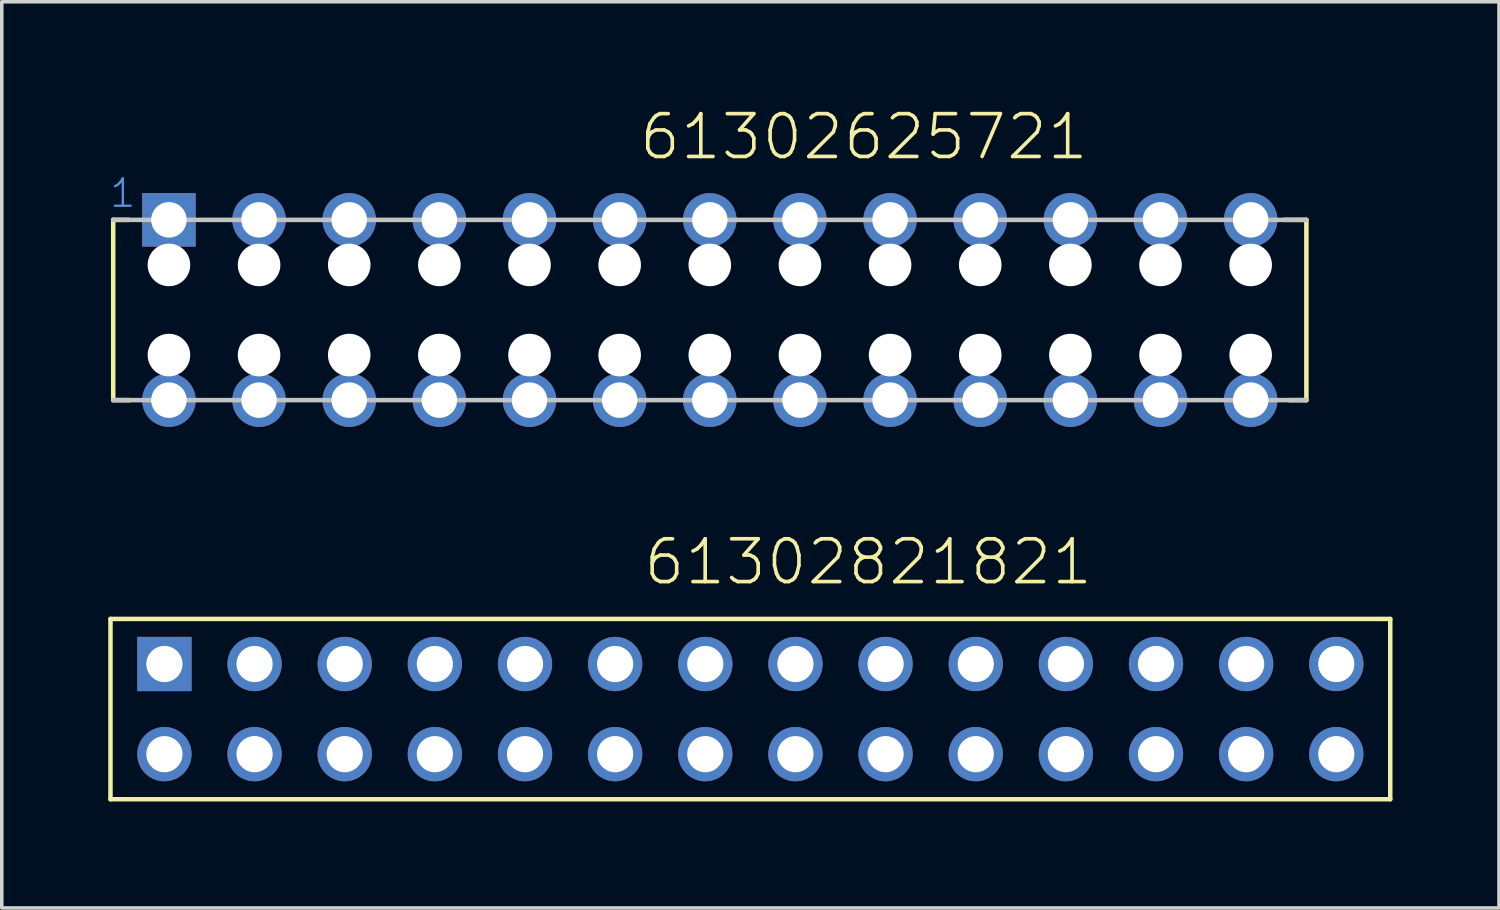
<source format=kicad_pcb>
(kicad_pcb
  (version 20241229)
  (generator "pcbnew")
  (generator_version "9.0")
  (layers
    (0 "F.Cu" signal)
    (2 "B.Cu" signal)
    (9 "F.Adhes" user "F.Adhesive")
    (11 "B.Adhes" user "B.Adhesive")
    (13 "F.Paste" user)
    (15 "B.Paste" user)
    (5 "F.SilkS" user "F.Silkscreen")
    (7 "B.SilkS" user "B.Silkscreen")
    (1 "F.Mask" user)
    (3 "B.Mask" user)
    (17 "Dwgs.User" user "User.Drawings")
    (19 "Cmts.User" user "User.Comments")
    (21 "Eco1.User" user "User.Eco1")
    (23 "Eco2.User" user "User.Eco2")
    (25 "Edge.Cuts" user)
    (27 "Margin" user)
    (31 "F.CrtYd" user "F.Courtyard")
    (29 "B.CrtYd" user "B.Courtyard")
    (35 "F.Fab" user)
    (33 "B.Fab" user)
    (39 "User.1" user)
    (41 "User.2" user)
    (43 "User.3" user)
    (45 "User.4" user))
  (footprint "61302821821"
    (layer "F.Cu")
    (at 18.093 16.93)
    (property "Reference" "61302821821" (at -3.063 -3.44 0) (layer "F.SilkS") (effects (font (size 1.206 1.206) (thickness 0.102)) (justify left bottom)))
    (attr through_hole)
    (fp_line (start -18.03 -2.54) (end -18.03 2.54) (stroke (width 0.127) (type solid)) (layer "F.SilkS"))
    (fp_line (start -18.03 2.54) (end 18.03 2.54) (stroke (width 0.127) (type solid)) (layer "F.SilkS"))
    (fp_line (start 18.03 -2.54) (end -18.03 -2.54) (stroke (width 0.127) (type solid)) (layer "F.SilkS"))
    (fp_line (start 18.03 2.54) (end 18.03 -2.54) (stroke (width 0.127) (type solid)) (layer "F.SilkS"))
    (fp_text user "1" (at -16.74 -1 0) (layer "Cmts.User") (effects (font (size 0.579 0.579) (thickness 0.049)) (justify left bottom)))
    (pad "1" thru_hole rect (at -16.51 -1.27) (size 1.53 1.53) (drill 1.02) (layers "*.Cu" "*.Mask"))
    (pad "2" thru_hole circle (at -13.97 -1.27) (size 1.53 1.53) (drill 1.02) (layers "*.Cu" "*.Mask"))
    (pad "3" thru_hole circle (at -11.43 -1.27) (size 1.53 1.53) (drill 1.02) (layers "*.Cu" "*.Mask"))
    (pad "4" thru_hole circle (at -8.89 -1.27) (size 1.53 1.53) (drill 1.02) (layers "*.Cu" "*.Mask"))
    (pad "5" thru_hole circle (at -6.35 -1.27) (size 1.53 1.53) (drill 1.02) (layers "*.Cu" "*.Mask"))
    (pad "6" thru_hole circle (at -3.81 -1.27) (size 1.53 1.53) (drill 1.02) (layers "*.Cu" "*.Mask"))
    (pad "7" thru_hole circle (at -1.27 -1.27) (size 1.53 1.53) (drill 1.02) (layers "*.Cu" "*.Mask"))
    (pad "8" thru_hole circle (at 1.27 -1.27) (size 1.53 1.53) (drill 1.02) (layers "*.Cu" "*.Mask"))
    (pad "9" thru_hole circle (at 3.81 -1.27) (size 1.53 1.53) (drill 1.02) (layers "*.Cu" "*.Mask"))
    (pad "10" thru_hole circle (at 6.35 -1.27) (size 1.53 1.53) (drill 1.02) (layers "*.Cu" "*.Mask"))
    (pad "11" thru_hole circle (at 8.89 -1.27) (size 1.53 1.53) (drill 1.02) (layers "*.Cu" "*.Mask"))
    (pad "12" thru_hole circle (at 11.43 -1.27) (size 1.53 1.53) (drill 1.02) (layers "*.Cu" "*.Mask"))
    (pad "13" thru_hole circle (at 13.97 -1.27) (size 1.53 1.53) (drill 1.02) (layers "*.Cu" "*.Mask"))
    (pad "14" thru_hole circle (at 16.51 -1.27) (size 1.53 1.53) (drill 1.02) (layers "*.Cu" "*.Mask"))
    (pad "15" thru_hole circle (at 16.51 1.27) (size 1.53 1.53) (drill 1.02) (layers "*.Cu" "*.Mask"))
    (pad "16" thru_hole circle (at 13.97 1.27) (size 1.53 1.53) (drill 1.02) (layers "*.Cu" "*.Mask"))
    (pad "17" thru_hole circle (at 11.43 1.27) (size 1.53 1.53) (drill 1.02) (layers "*.Cu" "*.Mask"))
    (pad "18" thru_hole circle (at 8.89 1.27) (size 1.53 1.53) (drill 1.02) (layers "*.Cu" "*.Mask"))
    (pad "19" thru_hole circle (at 6.35 1.27) (size 1.53 1.53) (drill 1.02) (layers "*.Cu" "*.Mask"))
    (pad "20" thru_hole circle (at 3.81 1.27) (size 1.53 1.53) (drill 1.02) (layers "*.Cu" "*.Mask"))
    (pad "21" thru_hole circle (at 1.27 1.27) (size 1.53 1.53) (drill 1.02) (layers "*.Cu" "*.Mask"))
    (pad "22" thru_hole circle (at -1.27 1.27) (size 1.53 1.53) (drill 1.02) (layers "*.Cu" "*.Mask"))
    (pad "23" thru_hole circle (at -3.81 1.27) (size 1.53 1.53) (drill 1.02) (layers "*.Cu" "*.Mask"))
    (pad "24" thru_hole circle (at -6.35 1.27) (size 1.53 1.53) (drill 1.02) (layers "*.Cu" "*.Mask"))
    (pad "25" thru_hole circle (at -8.89 1.27) (size 1.53 1.53) (drill 1.02) (layers "*.Cu" "*.Mask"))
    (pad "26" thru_hole circle (at -11.43 1.27) (size 1.53 1.53) (drill 1.02) (layers "*.Cu" "*.Mask"))
    (pad "27" thru_hole circle (at -13.97 1.27) (size 1.53 1.53) (drill 1.02) (layers "*.Cu" "*.Mask"))
    (pad "28" thru_hole circle (at -16.51 1.27) (size 1.53 1.53) (drill 1.02) (layers "*.Cu" "*.Mask")))
  (footprint "61302625721"
    (layer "F.Cu")
    (at 16.95 5.685)
    (property "Reference" "61302625721" (at -2.043 -4.174 0) (layer "F.SilkS") (effects (font (size 1.206 1.206) (thickness 0.102)) (justify left bottom)))
    (attr through_hole)
    (fp_line (start -16.81 2.54) (end -16.81 -2.54) (stroke (width 0.127) (type solid)) (layer "F.SilkS"))
    (fp_line (start -16.37 -2.54) (end -16.81 -2.54) (stroke (width 0.127) (type solid)) (layer "F.SilkS"))
    (fp_line (start -16.35 2.54) (end -16.81 2.54) (stroke (width 0.127) (type solid)) (layer "F.SilkS"))
    (fp_line (start 16.18 -2.54) (end 16.81 -2.54) (stroke (width 0.127) (type solid)) (layer "F.SilkS"))
    (fp_line (start 16.33 2.54) (end 16.81 2.54) (stroke (width 0.127) (type solid)) (layer "F.SilkS"))
    (fp_line (start 16.81 -2.54) (end 16.81 2.54) (stroke (width 0.127) (type solid)) (layer "F.SilkS"))
    (fp_line (start -16.81 -2.54) (end 16.81 -2.54) (stroke (width 0.127) (type solid)) (layer "Dwgs.User"))
    (fp_line (start 16.81 2.54) (end -16.81 2.54) (stroke (width 0.127) (type solid)) (layer "Dwgs.User"))
    (fp_text user "1" (at -16.95 -2.84 0) (layer "Cmts.User") (effects (font (size 0.772 0.772) (thickness 0.065)) (justify left bottom)))
    (pad "" np_thru_hole circle (at -15.24 -1.27) (size 1.2 1.2) (drill 1.2) (layers "*.Cu"))
    (pad "" np_thru_hole circle (at -15.24 1.27) (size 1.2 1.2) (drill 1.2) (layers "*.Cu"))
    (pad "" np_thru_hole circle (at -12.7 -1.27) (size 1.2 1.2) (drill 1.2) (layers "*.Cu"))
    (pad "" np_thru_hole circle (at -12.7 1.27) (size 1.2 1.2) (drill 1.2) (layers "*.Cu"))
    (pad "" np_thru_hole circle (at -10.16 -1.27) (size 1.2 1.2) (drill 1.2) (layers "*.Cu"))
    (pad "" np_thru_hole circle (at -10.16 1.27) (size 1.2 1.2) (drill 1.2) (layers "*.Cu"))
    (pad "" np_thru_hole circle (at -7.62 -1.27) (size 1.2 1.2) (drill 1.2) (layers "*.Cu"))
    (pad "" np_thru_hole circle (at -7.62 1.27) (size 1.2 1.2) (drill 1.2) (layers "*.Cu"))
    (pad "" np_thru_hole circle (at -5.08 -1.27) (size 1.2 1.2) (drill 1.2) (layers "*.Cu"))
    (pad "" np_thru_hole circle (at -5.08 1.27) (size 1.2 1.2) (drill 1.2) (layers "*.Cu"))
    (pad "" np_thru_hole circle (at -2.54 -1.27) (size 1.2 1.2) (drill 1.2) (layers "*.Cu"))
    (pad "" np_thru_hole circle (at -2.54 1.27) (size 1.2 1.2) (drill 1.2) (layers "*.Cu"))
    (pad "" np_thru_hole circle (at 0 -1.27) (size 1.2 1.2) (drill 1.2) (layers "*.Cu"))
    (pad "" np_thru_hole circle (at 0 1.27) (size 1.2 1.2) (drill 1.2) (layers "*.Cu"))
    (pad "" np_thru_hole circle (at 2.54 -1.27) (size 1.2 1.2) (drill 1.2) (layers "*.Cu"))
    (pad "" np_thru_hole circle (at 2.54 1.27) (size 1.2 1.2) (drill 1.2) (layers "*.Cu"))
    (pad "" np_thru_hole circle (at 5.08 -1.27) (size 1.2 1.2) (drill 1.2) (layers "*.Cu"))
    (pad "" np_thru_hole circle (at 5.08 1.27) (size 1.2 1.2) (drill 1.2) (layers "*.Cu"))
    (pad "" np_thru_hole circle (at 7.62 -1.27) (size 1.2 1.2) (drill 1.2) (layers "*.Cu"))
    (pad "" np_thru_hole circle (at 7.62 1.27) (size 1.2 1.2) (drill 1.2) (layers "*.Cu"))
    (pad "" np_thru_hole circle (at 10.16 -1.27) (size 1.2 1.2) (drill 1.2) (layers "*.Cu"))
    (pad "" np_thru_hole circle (at 10.16 1.27) (size 1.2 1.2) (drill 1.2) (layers "*.Cu"))
    (pad "" np_thru_hole circle (at 12.7 -1.27) (size 1.2 1.2) (drill 1.2) (layers "*.Cu"))
    (pad "" np_thru_hole circle (at 12.7 1.27) (size 1.2 1.2) (drill 1.2) (layers "*.Cu"))
    (pad "" np_thru_hole circle (at 15.24 -1.27) (size 1.2 1.2) (drill 1.2) (layers "*.Cu"))
    (pad "" np_thru_hole circle (at 15.24 1.27) (size 1.2 1.2) (drill 1.2) (layers "*.Cu"))
    (pad "1" thru_hole rect (at -15.24 -2.54) (size 1.508 1.508) (drill 1) (layers "*.Cu" "*.Mask"))
    (pad "2" thru_hole circle (at -12.7 -2.54) (size 1.508 1.508) (drill 1) (layers "*.Cu" "*.Mask"))
    (pad "3" thru_hole circle (at -10.16 -2.54) (size 1.508 1.508) (drill 1) (layers "*.Cu" "*.Mask"))
    (pad "4" thru_hole circle (at -7.62 -2.54) (size 1.508 1.508) (drill 1) (layers "*.Cu" "*.Mask"))
    (pad "5" thru_hole circle (at -5.08 -2.54) (size 1.508 1.508) (drill 1) (layers "*.Cu" "*.Mask"))
    (pad "6" thru_hole circle (at -2.54 -2.54) (size 1.508 1.508) (drill 1) (layers "*.Cu" "*.Mask"))
    (pad "7" thru_hole circle (at 0 -2.54) (size 1.508 1.508) (drill 1) (layers "*.Cu" "*.Mask"))
    (pad "8" thru_hole circle (at 2.54 -2.54) (size 1.508 1.508) (drill 1) (layers "*.Cu" "*.Mask"))
    (pad "9" thru_hole circle (at 5.08 -2.54) (size 1.508 1.508) (drill 1) (layers "*.Cu" "*.Mask"))
    (pad "10" thru_hole circle (at 7.62 -2.54) (size 1.508 1.508) (drill 1) (layers "*.Cu" "*.Mask"))
    (pad "11" thru_hole circle (at 10.16 -2.54) (size 1.508 1.508) (drill 1) (layers "*.Cu" "*.Mask"))
    (pad "12" thru_hole circle (at 12.7 -2.54) (size 1.508 1.508) (drill 1) (layers "*.Cu" "*.Mask"))
    (pad "13" thru_hole circle (at 15.24 -2.54) (size 1.508 1.508) (drill 1) (layers "*.Cu" "*.Mask"))
    (pad "14" thru_hole circle (at 15.24 2.54) (size 1.508 1.508) (drill 1) (layers "*.Cu" "*.Mask"))
    (pad "15" thru_hole circle (at 12.7 2.54) (size 1.508 1.508) (drill 1) (layers "*.Cu" "*.Mask"))
    (pad "16" thru_hole circle (at 10.16 2.54) (size 1.508 1.508) (drill 1) (layers "*.Cu" "*.Mask"))
    (pad "17" thru_hole circle (at 7.62 2.54) (size 1.508 1.508) (drill 1) (layers "*.Cu" "*.Mask"))
    (pad "18" thru_hole circle (at 5.08 2.54) (size 1.508 1.508) (drill 1) (layers "*.Cu" "*.Mask"))
    (pad "19" thru_hole circle (at 2.54 2.54) (size 1.508 1.508) (drill 1) (layers "*.Cu" "*.Mask"))
    (pad "20" thru_hole circle (at 0 2.54) (size 1.508 1.508) (drill 1) (layers "*.Cu" "*.Mask"))
    (pad "21" thru_hole circle (at -2.54 2.54) (size 1.508 1.508) (drill 1) (layers "*.Cu" "*.Mask"))
    (pad "22" thru_hole circle (at -5.08 2.54) (size 1.508 1.508) (drill 1) (layers "*.Cu" "*.Mask"))
    (pad "23" thru_hole circle (at -7.62 2.54) (size 1.508 1.508) (drill 1) (layers "*.Cu" "*.Mask"))
    (pad "24" thru_hole circle (at -10.16 2.54) (size 1.508 1.508) (drill 1) (layers "*.Cu" "*.Mask"))
    (pad "25" thru_hole circle (at -12.7 2.54) (size 1.508 1.508) (drill 1) (layers "*.Cu" "*.Mask"))
    (pad "26" thru_hole circle (at -15.24 2.54) (size 1.508 1.508) (drill 1) (layers "*.Cu" "*.Mask")))
  (gr_rect
    (start -3 -3)
    (end 39.187 22.534)
    (stroke (width 0.1) (type default))
    (fill no)
    (layer "Edge.Cuts")))
</source>
